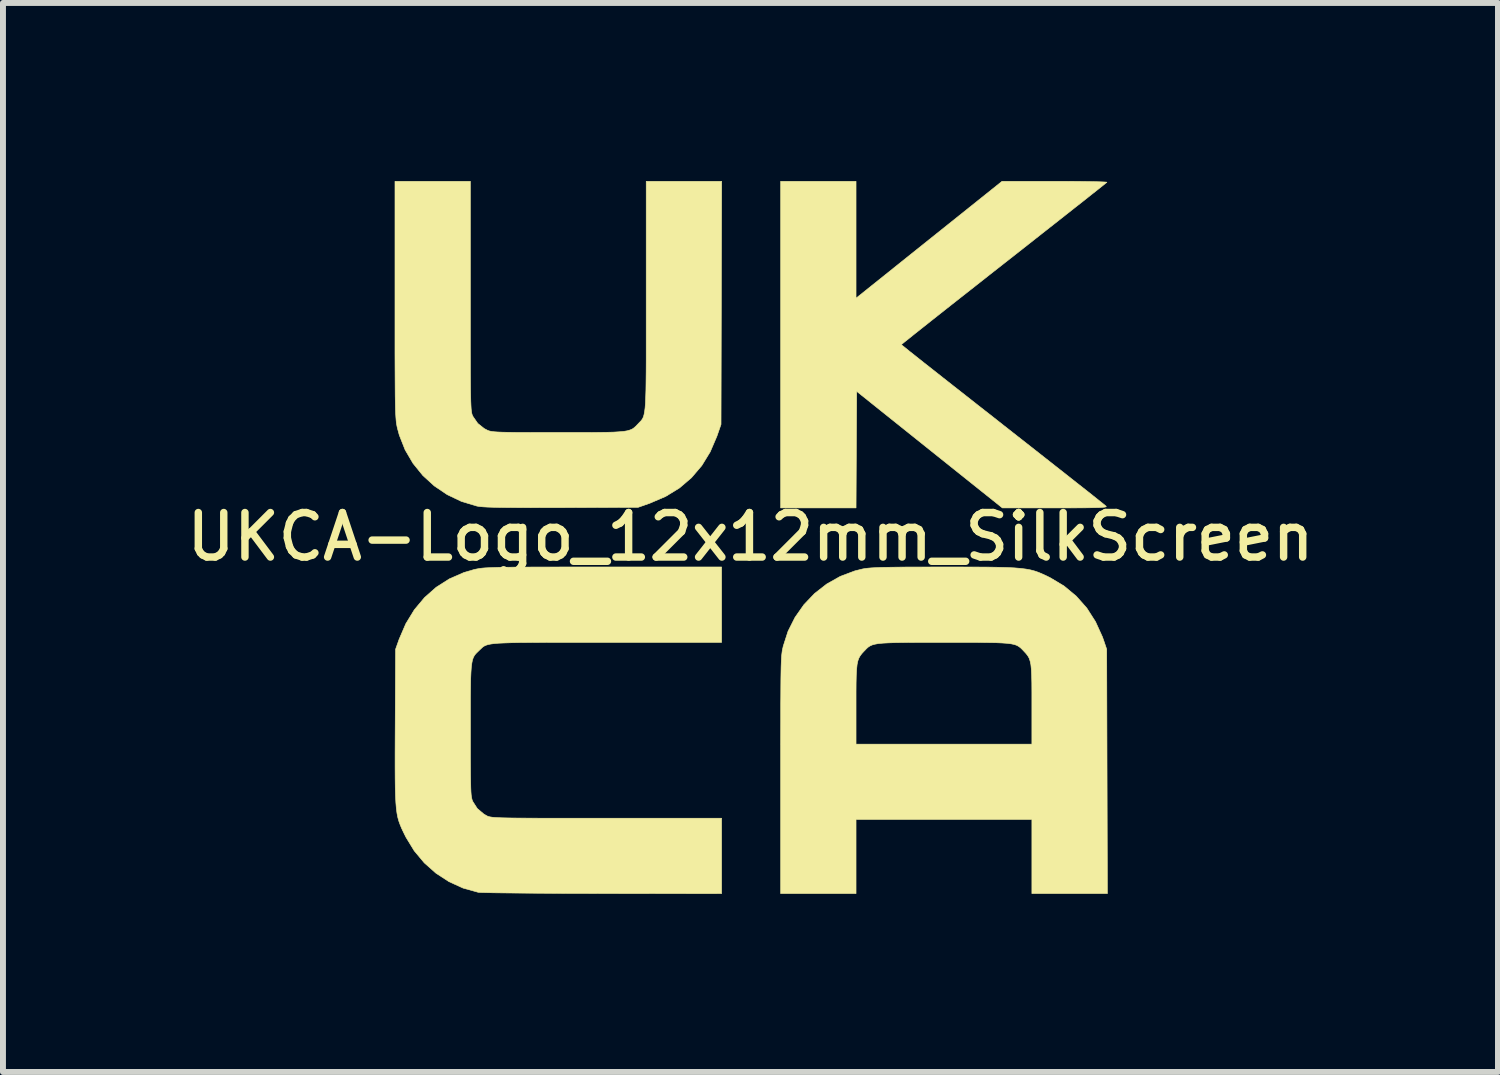
<source format=kicad_pcb>
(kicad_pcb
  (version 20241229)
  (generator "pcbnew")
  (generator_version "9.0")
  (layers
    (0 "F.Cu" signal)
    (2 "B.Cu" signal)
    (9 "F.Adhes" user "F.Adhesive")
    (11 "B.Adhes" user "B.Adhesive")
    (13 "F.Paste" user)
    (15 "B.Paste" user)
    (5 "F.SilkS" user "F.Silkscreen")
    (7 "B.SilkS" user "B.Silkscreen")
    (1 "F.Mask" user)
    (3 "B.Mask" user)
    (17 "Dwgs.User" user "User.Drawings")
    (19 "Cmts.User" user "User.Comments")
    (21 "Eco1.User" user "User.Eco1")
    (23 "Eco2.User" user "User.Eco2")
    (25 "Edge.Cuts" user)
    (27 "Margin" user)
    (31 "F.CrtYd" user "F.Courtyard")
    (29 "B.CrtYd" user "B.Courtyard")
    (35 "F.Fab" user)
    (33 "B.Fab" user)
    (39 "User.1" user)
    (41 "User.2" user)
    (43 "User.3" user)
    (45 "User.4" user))
  (footprint "UKCA-Logo_12x12mm_SilkScreen"
    (layer "F.Cu")
    (at 9.595 5.995)
    (property "Reference" "UKCA-Logo_12x12mm_SilkScreen" (at 0 0 0) (layer "F.SilkS") (effects (font (size 0.75 0.75) (thickness 0.125))))
    (attr exclude_from_pos_files exclude_from_bom allow_missing_courtyard)
    (fp_poly (pts (xy 1.778 -4.021) (xy 3.008 -5.006) (xy 4.238 -5.99) (xy 5.126 -5.99) (xy 5.315 -5.99) (xy 5.49 -5.989) (xy 5.646 -5.987) (xy 5.779 -5.985) (xy 5.885 -5.982) (xy 5.96 -5.979) (xy 5.999 -5.976) (xy 6.004 -5.974) (xy 5.986 -5.959) (xy 5.938 -5.92) (xy 5.86 -5.858) (xy 5.755 -5.775) (xy 5.627 -5.673) (xy 5.475 -5.554) (xy 5.304 -5.419) (xy 5.115 -5.27) (xy 4.91 -5.109) (xy 4.692 -4.937) (xy 4.463 -4.757) (xy 4.268 -4.604) (xy 4.031 -4.418) (xy 3.804 -4.239) (xy 3.589 -4.07) (xy 3.387 -3.911) (xy 3.202 -3.765) (xy 3.035 -3.633) (xy 2.889 -3.517) (xy 2.765 -3.419) (xy 2.667 -3.34) (xy 2.595 -3.283) (xy 2.553 -3.248) (xy 2.542 -3.239) (xy 2.558 -3.224) (xy 2.606 -3.186) (xy 2.682 -3.124) (xy 2.786 -3.042) (xy 2.913 -2.941) (xy 3.063 -2.823) (xy 3.234 -2.688) (xy 3.422 -2.54) (xy 3.626 -2.38) (xy 3.843 -2.209) (xy 4.072 -2.03) (xy 4.257 -1.884) (xy 4.494 -1.698) (xy 4.721 -1.52) (xy 4.937 -1.35) (xy 5.139 -1.191) (xy 5.325 -1.045) (xy 5.493 -0.912) (xy 5.641 -0.796) (xy 5.766 -0.697) (xy 5.866 -0.617) (xy 5.939 -0.559) (xy 5.982 -0.524) (xy 5.994 -0.513) (xy 5.992 -0.507) (xy 5.972 -0.501) (xy 5.93 -0.497) (xy 5.863 -0.493) (xy 5.768 -0.491) (xy 5.643 -0.489) (xy 5.484 -0.488) (xy 5.287 -0.487) (xy 5.13 -0.487) (xy 4.244 -0.487) (xy 3.016 -1.469) (xy 1.789 -2.451) (xy 1.783 -1.469) (xy 1.778 -0.487) (xy 0.508 -0.487) (xy 0.508 -5.99) (xy 1.778 -5.99) (xy 1.778 -4.021)) (stroke (width 0.01) (type solid)) (fill yes) (layer "F.SilkS"))
    (fp_poly (pts (xy -4.72 -4.053) (xy -4.72 -3.722) (xy -4.72 -3.432) (xy -4.72 -3.179) (xy -4.719 -2.959) (xy -4.719 -2.772) (xy -4.718 -2.613) (xy -4.717 -2.481) (xy -4.715 -2.373) (xy -4.713 -2.285) (xy -4.71 -2.216) (xy -4.707 -2.162) (xy -4.703 -2.122) (xy -4.698 -2.091) (xy -4.693 -2.068) (xy -4.687 -2.051) (xy -4.679 -2.035) (xy -4.676 -2.028) (xy -4.595 -1.911) (xy -4.486 -1.824) (xy -4.434 -1.797) (xy -4.413 -1.788) (xy -4.389 -1.781) (xy -4.356 -1.775) (xy -4.313 -1.77) (xy -4.255 -1.766) (xy -4.179 -1.763) (xy -4.081 -1.761) (xy -3.957 -1.759) (xy -3.804 -1.759) (xy -3.618 -1.758) (xy -3.396 -1.758) (xy -3.239 -1.758) (xy -2.983 -1.758) (xy -2.766 -1.758) (xy -2.584 -1.759) (xy -2.433 -1.761) (xy -2.311 -1.764) (xy -2.213 -1.77) (xy -2.135 -1.777) (xy -2.075 -1.787) (xy -2.028 -1.801) (xy -1.991 -1.817) (xy -1.961 -1.838) (xy -1.933 -1.863) (xy -1.905 -1.892) (xy -1.89 -1.908) (xy -1.868 -1.931) (xy -1.848 -1.951) (xy -1.831 -1.972) (xy -1.816 -1.996) (xy -1.803 -2.025) (xy -1.793 -2.063) (xy -1.784 -2.111) (xy -1.776 -2.173) (xy -1.77 -2.251) (xy -1.766 -2.349) (xy -1.762 -2.467) (xy -1.76 -2.61) (xy -1.758 -2.78) (xy -1.757 -2.979) (xy -1.757 -3.211) (xy -1.757 -3.477) (xy -1.757 -3.78) (xy -1.757 -4.063) (xy -1.757 -5.99) (xy -0.486 -5.99) (xy -0.492 -3.942) (xy -0.497 -1.894) (xy -0.567 -1.693) (xy -0.679 -1.432) (xy -0.821 -1.2) (xy -0.994 -0.997) (xy -1.196 -0.824) (xy -1.429 -0.681) (xy -1.69 -0.569) (xy -1.694 -0.567) (xy -1.894 -0.497) (xy -3.186 -0.493) (xy -3.465 -0.493) (xy -3.705 -0.492) (xy -3.908 -0.493) (xy -4.08 -0.494) (xy -4.221 -0.495) (xy -4.336 -0.498) (xy -4.428 -0.501) (xy -4.5 -0.505) (xy -4.556 -0.51) (xy -4.597 -0.516) (xy -4.612 -0.519) (xy -4.871 -0.597) (xy -5.11 -0.711) (xy -5.328 -0.858) (xy -5.521 -1.034) (xy -5.686 -1.238) (xy -5.819 -1.465) (xy -5.917 -1.713) (xy -5.948 -1.826) (xy -5.955 -1.857) (xy -5.961 -1.889) (xy -5.967 -1.924) (xy -5.971 -1.966) (xy -5.975 -2.017) (xy -5.979 -2.08) (xy -5.982 -2.157) (xy -5.984 -2.252) (xy -5.986 -2.368) (xy -5.987 -2.506) (xy -5.988 -2.67) (xy -5.989 -2.862) (xy -5.99 -3.085) (xy -5.99 -3.342) (xy -5.99 -3.636) (xy -5.99 -3.97) (xy -5.99 -3.995) (xy -5.99 -5.99) (xy -4.72 -5.99) (xy -4.72 -4.053)) (stroke (width 0.01) (type solid)) (fill yes) (layer "F.SilkS"))
    (fp_poly (pts (xy 3.554 0.508) (xy 3.795 0.509) (xy 4 0.51) (xy 4.175 0.513) (xy 4.323 0.517) (xy 4.447 0.523) (xy 4.552 0.532) (xy 4.64 0.543) (xy 4.717 0.557) (xy 4.785 0.575) (xy 4.849 0.597) (xy 4.911 0.623) (xy 4.977 0.653) (xy 5.048 0.688) (xy 5.282 0.828) (xy 5.488 0.999) (xy 5.666 1.2) (xy 5.813 1.43) (xy 5.93 1.687) (xy 5.951 1.746) (xy 6.001 1.894) (xy 6.007 3.953) (xy 6.013 6.011) (xy 4.741 6.011) (xy 4.741 4.763) (xy 1.778 4.763) (xy 1.778 6.011) (xy 0.508 6.011) (xy 0.508 4.016) (xy 0.508 3.68) (xy 0.508 3.383) (xy 0.509 3.124) (xy 0.509 2.898) (xy 0.509 2.814) (xy 1.778 2.814) (xy 1.778 3.493) (xy 4.741 3.493) (xy 4.741 2.825) (xy 4.741 2.626) (xy 4.74 2.464) (xy 4.737 2.335) (xy 4.732 2.233) (xy 4.724 2.154) (xy 4.711 2.093) (xy 4.695 2.045) (xy 4.673 2.006) (xy 4.645 1.969) (xy 4.61 1.931) (xy 4.608 1.929) (xy 4.578 1.897) (xy 4.55 1.87) (xy 4.521 1.848) (xy 4.488 1.829) (xy 4.446 1.814) (xy 4.393 1.803) (xy 4.324 1.794) (xy 4.236 1.788) (xy 4.125 1.783) (xy 3.988 1.781) (xy 3.821 1.779) (xy 3.62 1.779) (xy 3.383 1.779) (xy 3.26 1.779) (xy 3.004 1.779) (xy 2.787 1.779) (xy 2.605 1.78) (xy 2.454 1.782) (xy 2.332 1.786) (xy 2.234 1.791) (xy 2.156 1.798) (xy 2.096 1.809) (xy 2.049 1.822) (xy 2.012 1.839) (xy 1.982 1.859) (xy 1.954 1.884) (xy 1.926 1.914) (xy 1.911 1.929) (xy 1.876 1.967) (xy 1.848 2.004) (xy 1.826 2.043) (xy 1.809 2.09) (xy 1.796 2.151) (xy 1.788 2.228) (xy 1.782 2.329) (xy 1.779 2.457) (xy 1.778 2.617) (xy 1.778 2.814) (xy 0.509 2.814) (xy 0.51 2.704) (xy 0.511 2.538) (xy 0.512 2.398) (xy 0.514 2.281) (xy 0.516 2.185) (xy 0.519 2.106) (xy 0.522 2.042) (xy 0.526 1.99) (xy 0.531 1.948) (xy 0.536 1.912) (xy 0.543 1.88) (xy 0.55 1.85) (xy 0.55 1.847) (xy 0.632 1.592) (xy 0.75 1.357) (xy 0.9 1.143) (xy 1.079 0.955) (xy 1.284 0.795) (xy 1.511 0.667) (xy 1.757 0.574) (xy 1.89 0.541) (xy 1.93 0.534) (xy 1.979 0.528) (xy 2.038 0.523) (xy 2.113 0.519) (xy 2.205 0.515) (xy 2.32 0.513) (xy 2.46 0.511) (xy 2.629 0.509) (xy 2.831 0.509) (xy 3.068 0.508) (xy 3.275 0.508) (xy 3.554 0.508)) (stroke (width 0.01) (type solid)) (fill yes) (layer "F.SilkS"))
    (fp_poly (pts (xy -0.487 1.778) (xy -2.414 1.778) (xy -2.751 1.778) (xy -3.048 1.778) (xy -3.308 1.778) (xy -3.534 1.779) (xy -3.728 1.78) (xy -3.893 1.781) (xy -4.031 1.784) (xy -4.146 1.788) (xy -4.24 1.792) (xy -4.315 1.798) (xy -4.375 1.806) (xy -4.421 1.815) (xy -4.458 1.827) (xy -4.486 1.84) (xy -4.509 1.855) (xy -4.529 1.873) (xy -4.55 1.893) (xy -4.569 1.911) (xy -4.601 1.942) (xy -4.628 1.969) (xy -4.651 1.998) (xy -4.669 2.031) (xy -4.684 2.073) (xy -4.695 2.127) (xy -4.704 2.196) (xy -4.71 2.284) (xy -4.715 2.395) (xy -4.717 2.532) (xy -4.719 2.699) (xy -4.719 2.899) (xy -4.719 3.137) (xy -4.719 3.26) (xy -4.719 3.506) (xy -4.719 3.713) (xy -4.718 3.886) (xy -4.717 4.027) (xy -4.715 4.14) (xy -4.713 4.229) (xy -4.71 4.298) (xy -4.706 4.35) (xy -4.7 4.389) (xy -4.694 4.419) (xy -4.686 4.443) (xy -4.678 4.461) (xy -4.603 4.578) (xy -4.493 4.671) (xy -4.441 4.701) (xy -4.426 4.708) (xy -4.408 4.714) (xy -4.385 4.719) (xy -4.354 4.724) (xy -4.313 4.728) (xy -4.258 4.731) (xy -4.186 4.734) (xy -4.096 4.736) (xy -3.985 4.738) (xy -3.85 4.739) (xy -3.688 4.74) (xy -3.497 4.741) (xy -3.273 4.741) (xy -3.015 4.741) (xy -2.72 4.741) (xy -2.424 4.741) (xy -0.487 4.741) (xy -0.487 6.011) (xy -2.492 6.009) (xy -2.782 6.008) (xy -3.061 6.008) (xy -3.327 6.006) (xy -3.576 6.005) (xy -3.805 6.003) (xy -4.011 6.001) (xy -4.19 5.999) (xy -4.341 5.997) (xy -4.459 5.994) (xy -4.542 5.992) (xy -4.587 5.989) (xy -4.592 5.988) (xy -4.843 5.918) (xy -5.08 5.81) (xy -5.3 5.667) (xy -5.496 5.493) (xy -5.665 5.291) (xy -5.803 5.065) (xy -5.812 5.048) (xy -5.847 4.977) (xy -5.877 4.914) (xy -5.902 4.854) (xy -5.924 4.794) (xy -5.942 4.73) (xy -5.956 4.659) (xy -5.967 4.577) (xy -5.975 4.48) (xy -5.981 4.365) (xy -5.985 4.228) (xy -5.987 4.066) (xy -5.988 3.875) (xy -5.988 3.65) (xy -5.987 3.39) (xy -5.986 3.204) (xy -5.98 1.894) (xy -5.92 1.725) (xy -5.807 1.463) (xy -5.664 1.229) (xy -5.492 1.023) (xy -5.295 0.849) (xy -5.073 0.708) (xy -4.828 0.601) (xy -4.657 0.551) (xy -4.625 0.544) (xy -4.593 0.538) (xy -4.559 0.532) (xy -4.518 0.527) (xy -4.469 0.523) (xy -4.408 0.52) (xy -4.333 0.517) (xy -4.242 0.514) (xy -4.13 0.513) (xy -3.997 0.511) (xy -3.838 0.51) (xy -3.652 0.509) (xy -3.434 0.509) (xy -3.184 0.508) (xy -2.897 0.508) (xy -2.572 0.508) (xy -2.482 0.508) (xy -0.487 0.508) (xy -0.487 1.778)) (stroke (width 0.01) (type solid)) (fill yes) (layer "F.SilkS")))
  (gr_rect
    (start -3 -3)
    (end 22.189 15.011)
    (stroke (width 0.1) (type default))
    (fill no)
    (layer "Edge.Cuts")))
</source>
